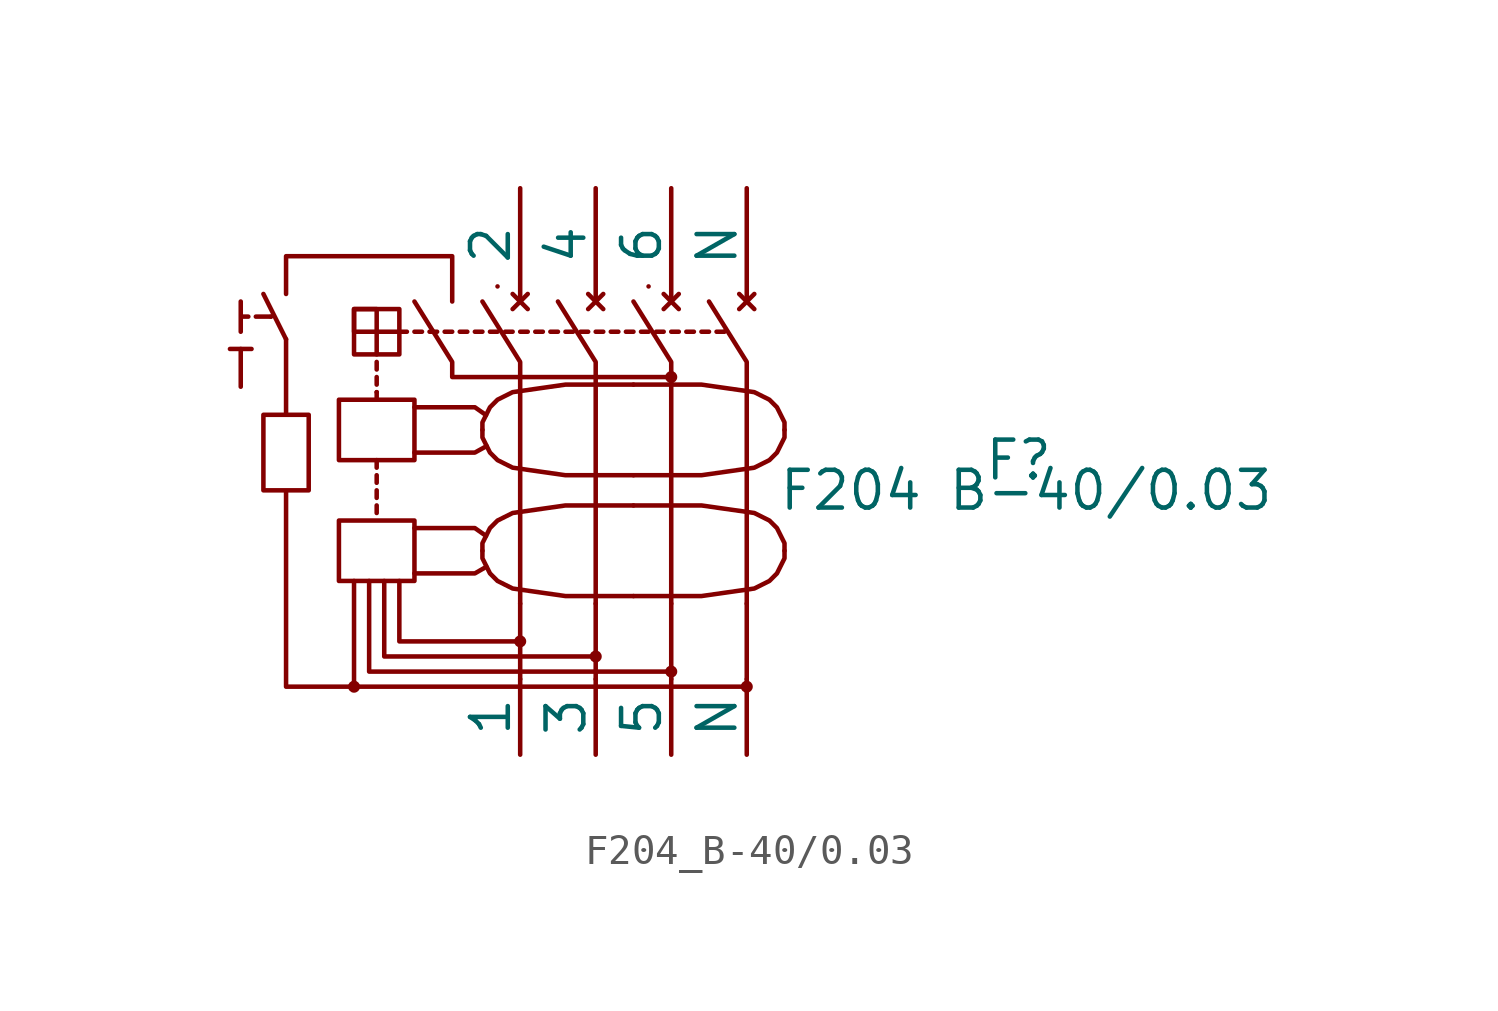
<source format=kicad_sym>
(kicad_symbol_lib
  (version 20231120)
  (generator "kicad_symbol_editor")
  (generator_version "8.0")
  (symbol "F204_B-40/0.03"
    (pin_numbers hide)
    (pin_names
      (offset 0))
    (property "Reference" "F"
      (at 12.954 -1.524 0)
      (effects (font (size 1.27 1.27))))
    (property "Value" "F204 B-40/0.03"
      (at 13.208 -2.54 0)
      (effects (font (size 1.27 1.27))))
    (symbol "F204_B-40/0.03_0_1"
      (polyline (pts (xy -4.572 4.318) (xy -4.572 4.318)) (stroke (width 0) (type default)) (fill (type none)))
      (polyline (pts (xy -3.556 3.556) (xy -4.064 4.064)) (stroke (width 0) (type default)) (fill (type none)))
      (polyline (pts (xy -3.556 4.064) (xy -4.064 3.556)) (stroke (width 0) (type default)) (fill (type none)))
      (polyline (pts (xy -1.016 3.556) (xy -1.524 4.064)) (stroke (width 0) (type default)) (fill (type none)))
      (polyline (pts (xy -1.016 4.064) (xy -1.524 3.556)) (stroke (width 0) (type default)) (fill (type none)))
      (polyline (pts (xy 0.508 4.318) (xy 0.508 4.318)) (stroke (width 0) (type default)) (fill (type none)))
      (polyline (pts (xy 1.524 3.556) (xy 1.016 4.064)) (stroke (width 0) (type default)) (fill (type none)))
      (polyline (pts (xy 1.524 4.064) (xy 1.016 3.556)) (stroke (width 0) (type default)) (fill (type none)))
      (polyline (pts (xy 3.048 2.794) (xy 3.048 2.794)) (stroke (width 0) (type default)) (fill (type none)))
      (polyline (pts (xy 4.064 3.556) (xy 3.556 4.064)) (stroke (width 0) (type default)) (fill (type none)))
      (polyline (pts (xy 4.064 4.064) (xy 3.556 3.556)) (stroke (width 0) (type default)) (fill (type none)))
      (polyline (pts (xy -3.81 -6.35) (xy -3.81 1.778) (xy -5.08 3.81)) (stroke (width 0) (type default)) (fill (type none)))
      (polyline (pts (xy -1.27 -6.35) (xy -1.27 1.778) (xy -2.54 3.81)) (stroke (width 0) (type default)) (fill (type none)))
      (polyline (pts (xy 1.27 -6.35) (xy 1.27 1.778) (xy 0 3.81)) (stroke (width 0) (type default)) (fill (type none)))
      (polyline (pts (xy 3.81 -6.35) (xy 3.81 1.778) (xy 2.54 3.81)) (stroke (width 0) (type default)) (fill (type none))))
    (symbol "F204_B-40/0.03_1_1"
      (rectangle (start -9.906 -3.556) (end -7.366 -5.588) (stroke (width 0) (type default)) (fill (type none)))
      (rectangle (start -9.906 0.508) (end -7.366 -1.524) (stroke (width 0) (type default)) (fill (type none)))
      (circle (center -9.398 -9.144) (radius 0.127) (stroke (width 0) (type default)) (fill (type outline)))
      (rectangle (start -7.874 2.032) (end -9.398 3.556) (stroke (width 0) (type default)) (fill (type none)))
      (circle (center -3.81 -7.62) (radius 0.127) (stroke (width 0) (type default)) (fill (type outline)))
      (circle (center -1.27 -8.128) (radius 0.127) (stroke (width 0) (type default)) (fill (type outline)))
      (polyline (pts (xy -12.7 3.302) (xy -12.192 3.302)) (stroke (width 0) (type default)) (fill (type none)))
      (polyline (pts (xy -12.446 4.064) (xy -11.684 2.54)) (stroke (width 0) (type default)) (fill (type none)))
      (polyline (pts (xy -12.192 3.302) (xy -12.192 3.302)) (stroke (width 0) (type default)) (fill (type none)))
      (polyline (pts (xy -9.398 -9.144) (xy -9.398 -5.588)) (stroke (width 0) (type default)) (fill (type none)))
      (polyline (pts (xy -8.636 -3.048) (xy -8.636 -3.302)) (stroke (width 0) (type default)) (fill (type none)))
      (polyline (pts (xy -8.636 -2.54) (xy -8.636 -2.794)) (stroke (width 0) (type default)) (fill (type none)))
      (polyline (pts (xy -8.636 -2.032) (xy -8.636 -2.286)) (stroke (width 0) (type default)) (fill (type none)))
      (polyline (pts (xy -8.636 -1.524) (xy -8.636 -1.778)) (stroke (width 0) (type default)) (fill (type none)))
      (polyline (pts (xy -8.636 0.508) (xy -8.636 0.762)) (stroke (width 0) (type default)) (fill (type none)))
      (polyline (pts (xy -8.636 0.762) (xy -8.636 0.762)) (stroke (width 0) (type default)) (fill (type none)))
      (polyline (pts (xy -8.636 1.27) (xy -8.636 1.016)) (stroke (width 0) (type default)) (fill (type none)))
      (polyline (pts (xy -8.636 1.778) (xy -8.636 1.524)) (stroke (width 0) (type default)) (fill (type none)))
      (polyline (pts (xy -7.874 2.794) (xy -7.62 2.794)) (stroke (width 0) (type default)) (fill (type none)))
      (polyline (pts (xy -7.366 2.794) (xy -7.112 2.794)) (stroke (width 0) (type default)) (fill (type none)))
      (polyline (pts (xy -6.858 2.794) (xy -6.604 2.794)) (stroke (width 0) (type default)) (fill (type none)))
      (polyline (pts (xy -6.35 2.794) (xy -6.096 2.794)) (stroke (width 0) (type default)) (fill (type none)))
      (polyline (pts (xy -5.842 2.794) (xy -5.588 2.794)) (stroke (width 0) (type default)) (fill (type none)))
      (polyline (pts (xy -5.334 2.794) (xy -5.08 2.794)) (stroke (width 0) (type default)) (fill (type none)))
      (polyline (pts (xy -4.826 2.794) (xy -4.572 2.794)) (stroke (width 0) (type default)) (fill (type none)))
      (polyline (pts (xy -4.318 2.794) (xy -4.064 2.794)) (stroke (width 0) (type default)) (fill (type none)))
      (polyline (pts (xy -3.81 -6.35) (xy -3.81 -8.89)) (stroke (width 0) (type default)) (fill (type none)))
      (polyline (pts (xy -3.81 2.794) (xy -3.556 2.794)) (stroke (width 0) (type default)) (fill (type none)))
      (polyline (pts (xy -3.302 2.794) (xy -3.048 2.794)) (stroke (width 0) (type default)) (fill (type none)))
      (polyline (pts (xy -2.794 2.794) (xy -2.54 2.794)) (stroke (width 0) (type default)) (fill (type none)))
      (polyline (pts (xy -2.286 2.794) (xy -2.032 2.794)) (stroke (width 0) (type default)) (fill (type none)))
      (polyline (pts (xy -1.778 2.794) (xy -1.524 2.794)) (stroke (width 0) (type default)) (fill (type none)))
      (polyline (pts (xy -1.27 -6.35) (xy -1.27 -8.89)) (stroke (width 0) (type default)) (fill (type none)))
      (polyline (pts (xy -1.27 2.794) (xy -1.016 2.794)) (stroke (width 0) (type default)) (fill (type none)))
      (polyline (pts (xy -0.762 2.794) (xy -0.508 2.794)) (stroke (width 0) (type default)) (fill (type none)))
      (polyline (pts (xy -0.254 2.794) (xy 0 2.794)) (stroke (width 0) (type default)) (fill (type none)))
      (polyline (pts (xy 0.254 2.794) (xy 0.508 2.794)) (stroke (width 0) (type default)) (fill (type none)))
      (polyline (pts (xy 0.762 2.794) (xy 1.016 2.794)) (stroke (width 0) (type default)) (fill (type none)))
      (polyline (pts (xy 1.27 -6.35) (xy 1.27 -8.89)) (stroke (width 0) (type default)) (fill (type none)))
      (polyline (pts (xy 1.27 2.794) (xy 1.524 2.794)) (stroke (width 0) (type default)) (fill (type none)))
      (polyline (pts (xy 1.778 2.794) (xy 2.032 2.794)) (stroke (width 0) (type default)) (fill (type none)))
      (polyline (pts (xy 2.286 2.794) (xy 2.54 2.794)) (stroke (width 0) (type default)) (fill (type none)))
      (polyline (pts (xy 2.794 2.794) (xy 3.048 2.794)) (stroke (width 0) (type default)) (fill (type none)))
      (polyline (pts (xy 3.81 -6.35) (xy 3.81 -8.89)) (stroke (width 0) (type default)) (fill (type none)))
      (polyline (pts (xy -7.874 -5.588) (xy -7.874 -7.62) (xy -3.81 -7.62)) (stroke (width 0) (type default)) (fill (type none)))
      (polyline (pts (xy -7.366 -5.334) (xy -5.334 -5.334) (xy -4.949 -5.111)) (stroke (width 0) (type default)) (fill (type none)))
      (polyline (pts (xy -7.366 -3.81) (xy -5.334 -3.81) (xy -4.96 -4.072)) (stroke (width 0) (type default)) (fill (type none)))
      (polyline (pts (xy -7.366 -1.27) (xy -5.334 -1.27) (xy -4.94 -1.052)) (stroke (width 0) (type default)) (fill (type none)))
      (polyline (pts (xy -7.366 0.254) (xy -5.334 0.254) (xy -4.96 -0.008)) (stroke (width 0) (type default)) (fill (type none)))
      (polyline (pts (xy -1.27 -8.128) (xy -8.382 -8.128) (xy -8.382 -5.588)) (stroke (width 0) (type default)) (fill (type none)))
      (polyline (pts (xy 1.27 -8.636) (xy -8.89 -8.636) (xy -8.89 -5.588)) (stroke (width 0) (type default)) (fill (type none)))
      (polyline (pts (xy -12.954 3.302) (xy -13.208 3.302) (xy -13.208 2.794) (xy -13.208 3.81)) (stroke (width 0) (type default)) (fill (type none)))
      (polyline (pts (xy -11.684 4.064) (xy -11.684 5.334) (xy -6.096 5.334) (xy -6.096 3.81)) (stroke (width 0) (type default)) (fill (type none)))
      (polyline (pts (xy -7.366 3.81) (xy -6.096 1.778) (xy -6.096 1.27) (xy 1.27 1.27)) (stroke (width 0) (type default)) (fill (type none)))
      (polyline (pts (xy -7.874 2.794) (xy -9.398 2.794) (xy -9.398 3.556) (xy -8.636 3.556) (xy -8.636 2.032)) (stroke (width 0) (type default)) (fill (type none)))
      (polyline (pts (xy -5.08 -4.572) (xy -5.08 -4.826) (xy -4.826 -5.334) (xy -4.572 -5.588) (xy -4.064 -5.842) (xy -2.286 -6.096) (xy 0 -6.096)) (stroke (width 0) (type default)) (fill (type none)))
      (polyline (pts (xy -5.08 -4.572) (xy -5.08 -4.318) (xy -4.826 -3.81) (xy -4.572 -3.556) (xy -4.064 -3.302) (xy -2.286 -3.048) (xy 0 -3.048)) (stroke (width 0) (type default)) (fill (type none)))
      (polyline (pts (xy -5.08 -0.508) (xy -5.08 -0.762) (xy -4.826 -1.27) (xy -4.572 -1.524) (xy -4.064 -1.778) (xy -2.286 -2.032) (xy 0 -2.032)) (stroke (width 0) (type default)) (fill (type none)))
      (polyline (pts (xy -5.08 -0.508) (xy -5.08 -0.254) (xy -4.826 0.254) (xy -4.572 0.508) (xy -4.064 0.762) (xy -2.286 1.016) (xy 0 1.016)) (stroke (width 0) (type default)) (fill (type none)))
      (polyline (pts (xy 5.08 -4.572) (xy 5.08 -4.826) (xy 4.826 -5.334) (xy 4.572 -5.588) (xy 4.064 -5.842) (xy 2.286 -6.096) (xy 0 -6.096)) (stroke (width 0) (type default)) (fill (type none)))
      (polyline (pts (xy 5.08 -4.572) (xy 5.08 -4.318) (xy 4.826 -3.81) (xy 4.572 -3.556) (xy 4.064 -3.302) (xy 2.286 -3.048) (xy 0 -3.048)) (stroke (width 0) (type default)) (fill (type none)))
      (polyline (pts (xy 5.08 -0.508) (xy 5.08 -0.762) (xy 4.826 -1.27) (xy 4.572 -1.524) (xy 4.064 -1.778) (xy 2.286 -2.032) (xy 0 -2.032)) (stroke (width 0) (type default)) (fill (type none)))
      (polyline (pts (xy 5.08 -0.508) (xy 5.08 -0.254) (xy 4.826 0.254) (xy 4.572 0.508) (xy 4.064 0.762) (xy 2.286 1.016) (xy 0 1.016)) (stroke (width 0) (type default)) (fill (type none)))
      (polyline (pts (xy 3.81 -9.144) (xy -11.684 -9.144) (xy -11.684 -2.54) (xy -12.446 -2.54) (xy -12.446 0) (xy -10.922 0) (xy -10.922 -2.54) (xy -12.446 -2.54) (xy -12.446 0) (xy -11.684 0) (xy -11.684 2.54)) (stroke (width 0) (type default)) (fill (type none)))
      (circle (center 1.27 -8.636) (radius 0.127) (stroke (width 0) (type default)) (fill (type outline)))
      (circle (center 1.27 1.27) (radius 0.127) (stroke (width 0) (type default)) (fill (type outline)))
      (circle (center 3.81 -9.144) (radius 0.127) (stroke (width 0) (type default)) (fill (type outline)))
      (text "T\n" (at -13.208 1.524 0) (effects (font (size 1.27 1.27))))
      (pin passive line (at -3.81 -11.43 90) (length 2.54) (name "1" (effects (font (size 1.27 1.27)))) (number "" (effects (font (size 1.27 1.27)))))
      (pin passive line (at -3.81 7.62 270) (length 3.81) (name "2" (effects (font (size 1.27 1.27)))) (number "" (effects (font (size 1.27 1.27)))))
      (pin passive line (at -1.27 -11.43 90) (length 2.54) (name "3" (effects (font (size 1.27 1.27)))) (number "" (effects (font (size 1.27 1.27)))))
      (pin passive line (at -1.27 7.62 270) (length 3.81) (name "4" (effects (font (size 1.27 1.27)))) (number "" (effects (font (size 1.27 1.27)))))
      (pin passive line (at 1.27 -11.43 90) (length 2.54) (name "5" (effects (font (size 1.27 1.27)))) (number "" (effects (font (size 1.27 1.27)))))
      (pin passive line (at 1.27 7.62 270) (length 3.81) (name "6" (effects (font (size 1.27 1.27)))) (number "" (effects (font (size 1.27 1.27)))))
      (pin passive line (at 3.81 -11.43 90) (length 2.54) (name "N" (effects (font (size 1.27 1.27)))) (number "" (effects (font (size 1.27 1.27)))))
      (pin passive line (at 3.81 7.62 270) (length 3.81) (name "N" (effects (font (size 1.27 1.27)))) (number "" (effects (font (size 1.27 1.27))))))))
</source>
